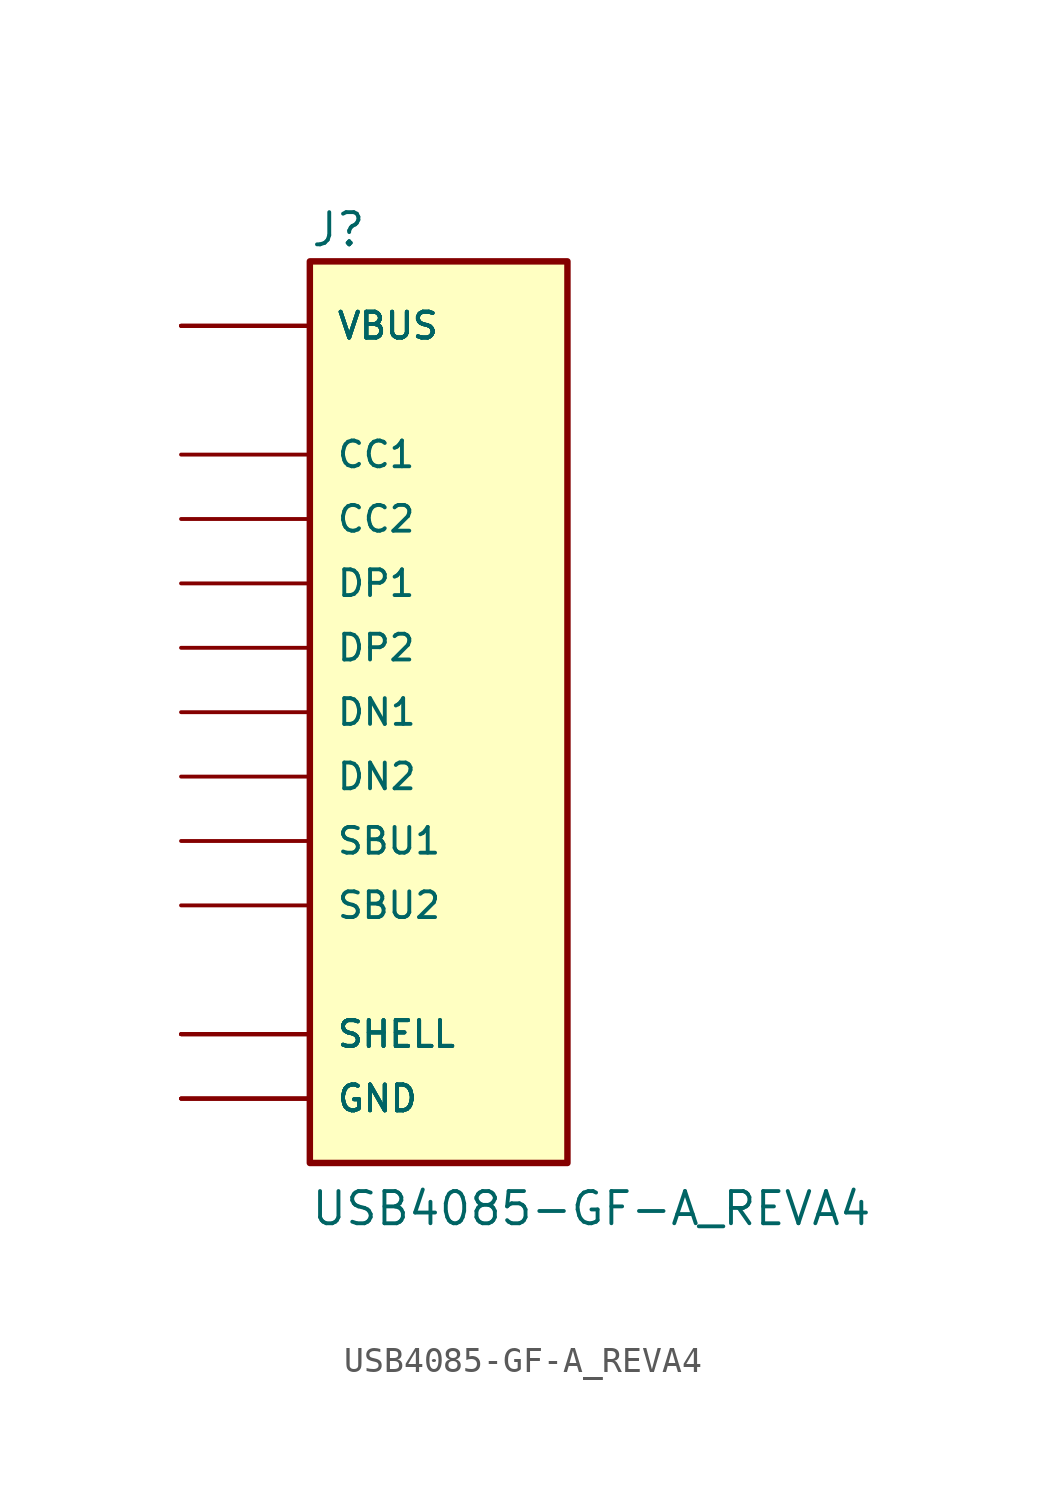
<source format=kicad_sym>
(kicad_symbol_lib
  (version 20211014)
  (generator kicad_symbol_editor)
  (symbol "USB4085-GF-A_REVA4"
    (pin_numbers hide)
    (pin_names
      (offset 1.016))
    (property "Reference" "J"
      (at -5.08 18.288 0)
      (effects (font (size 1.27 1.27)) (justify left bottom)))
    (property "Value" "USB4085-GF-A_REVA4"
      (at -5.08 -20.32 0)
      (effects (font (size 1.27 1.27)) (justify left bottom)))
    (property "ki_locked" ""
      (at 0 0 0)
      (effects (font (size 1.27 1.27))))
    (symbol "USB4085-GF-A_REVA4_0_0"
      (rectangle (start -5.08 -17.78) (end 5.08 17.78) (stroke (width 0.254) (type default) (color 0 0 0 0)) (fill (type background)))
      (pin power_in line (at -10.16 -15.24 0) (length 5.08) (name "GND" (effects (font (size 1.016 1.016)))) (number "A1" (effects (font (size 1.016 1.016)))))
      (pin power_in line (at -10.16 -15.24 0) (length 5.08) (name "GND" (effects (font (size 1.016 1.016)))) (number "A12" (effects (font (size 1.016 1.016)))))
      (pin power_in line (at -10.16 15.24 0) (length 5.08) (name "VBUS" (effects (font (size 1.016 1.016)))) (number "A4" (effects (font (size 1.016 1.016)))))
      (pin bidirectional line (at -10.16 10.16 0) (length 5.08) (name "CC1" (effects (font (size 1.016 1.016)))) (number "A5" (effects (font (size 1.016 1.016)))))
      (pin bidirectional line (at -10.16 5.08 0) (length 5.08) (name "DP1" (effects (font (size 1.016 1.016)))) (number "A6" (effects (font (size 1.016 1.016)))))
      (pin bidirectional line (at -10.16 0 0) (length 5.08) (name "DN1" (effects (font (size 1.016 1.016)))) (number "A7" (effects (font (size 1.016 1.016)))))
      (pin bidirectional line (at -10.16 -5.08 0) (length 5.08) (name "SBU1" (effects (font (size 1.016 1.016)))) (number "A8" (effects (font (size 1.016 1.016)))))
      (pin power_in line (at -10.16 15.24 0) (length 5.08) (name "VBUS" (effects (font (size 1.016 1.016)))) (number "A9" (effects (font (size 1.016 1.016)))))
      (pin power_in line (at -10.16 -15.24 0) (length 5.08) (name "GND" (effects (font (size 1.016 1.016)))) (number "B1" (effects (font (size 1.016 1.016)))))
      (pin power_in line (at -10.16 -15.24 0) (length 5.08) (name "GND" (effects (font (size 1.016 1.016)))) (number "B12" (effects (font (size 1.016 1.016)))))
      (pin power_in line (at -10.16 15.24 0) (length 5.08) (name "VBUS" (effects (font (size 1.016 1.016)))) (number "B4" (effects (font (size 1.016 1.016)))))
      (pin bidirectional line (at -10.16 7.62 0) (length 5.08) (name "CC2" (effects (font (size 1.016 1.016)))) (number "B5" (effects (font (size 1.016 1.016)))))
      (pin bidirectional line (at -10.16 2.54 0) (length 5.08) (name "DP2" (effects (font (size 1.016 1.016)))) (number "B6" (effects (font (size 1.016 1.016)))))
      (pin bidirectional line (at -10.16 -2.54 0) (length 5.08) (name "DN2" (effects (font (size 1.016 1.016)))) (number "B7" (effects (font (size 1.016 1.016)))))
      (pin bidirectional line (at -10.16 -7.62 0) (length 5.08) (name "SBU2" (effects (font (size 1.016 1.016)))) (number "B8" (effects (font (size 1.016 1.016)))))
      (pin power_in line (at -10.16 15.24 0) (length 5.08) (name "VBUS" (effects (font (size 1.016 1.016)))) (number "B9" (effects (font (size 1.016 1.016)))))
      (pin passive line (at -10.16 -12.7 0) (length 5.08) (name "SHELL" (effects (font (size 1.016 1.016)))) (number "S1" (effects (font (size 1.016 1.016)))))
      (pin passive line (at -10.16 -12.7 0) (length 5.08) (name "SHELL" (effects (font (size 1.016 1.016)))) (number "S2" (effects (font (size 1.016 1.016)))))
      (pin passive line (at -10.16 -12.7 0) (length 5.08) (name "SHELL" (effects (font (size 1.016 1.016)))) (number "S3" (effects (font (size 1.016 1.016)))))
      (pin passive line (at -10.16 -12.7 0) (length 5.08) (name "SHELL" (effects (font (size 1.016 1.016)))) (number "S4" (effects (font (size 1.016 1.016))))))))
</source>
